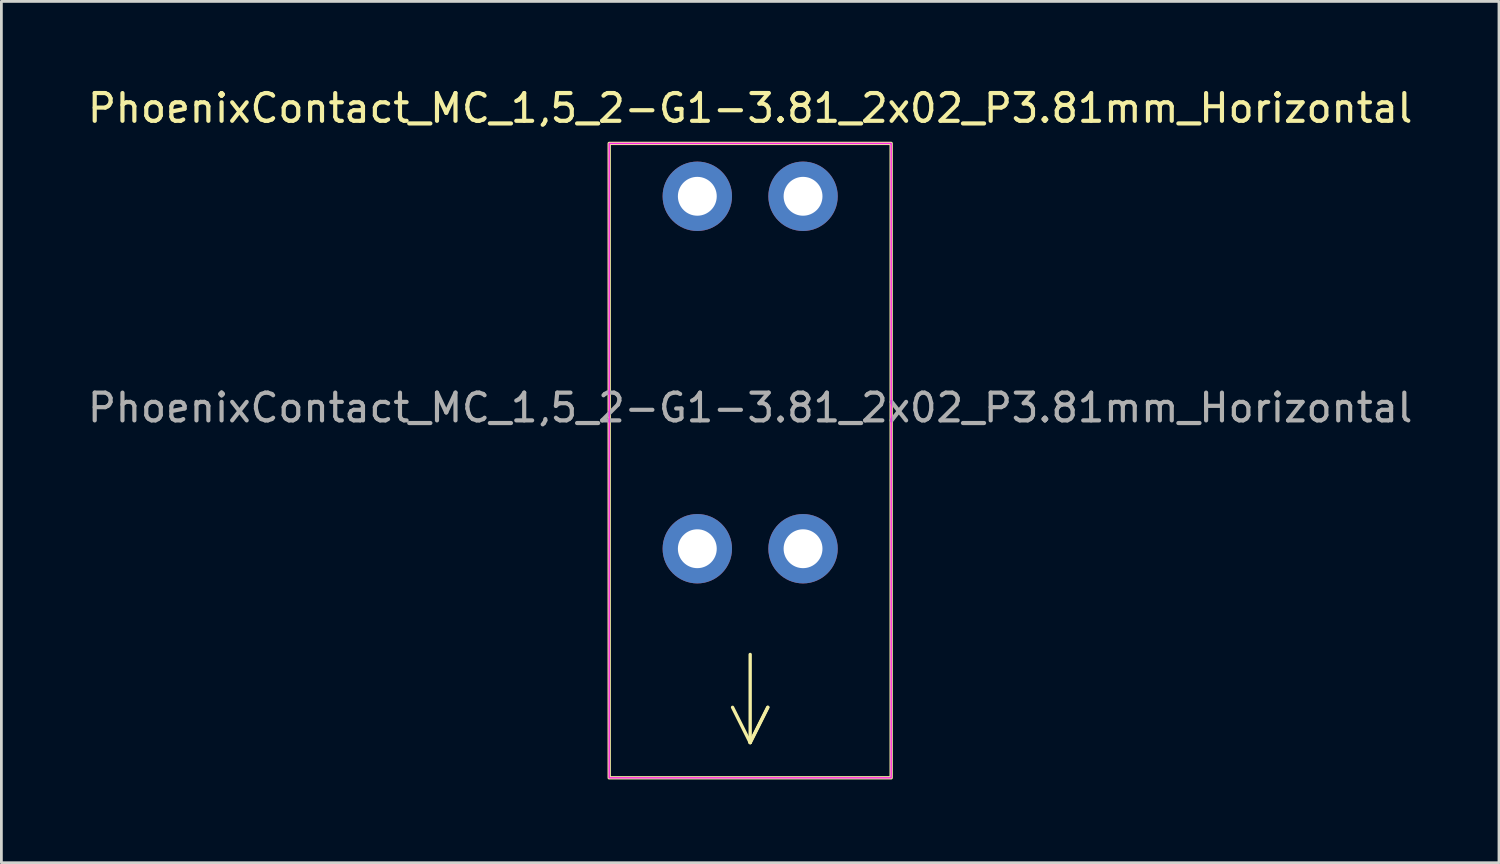
<source format=kicad_pcb>
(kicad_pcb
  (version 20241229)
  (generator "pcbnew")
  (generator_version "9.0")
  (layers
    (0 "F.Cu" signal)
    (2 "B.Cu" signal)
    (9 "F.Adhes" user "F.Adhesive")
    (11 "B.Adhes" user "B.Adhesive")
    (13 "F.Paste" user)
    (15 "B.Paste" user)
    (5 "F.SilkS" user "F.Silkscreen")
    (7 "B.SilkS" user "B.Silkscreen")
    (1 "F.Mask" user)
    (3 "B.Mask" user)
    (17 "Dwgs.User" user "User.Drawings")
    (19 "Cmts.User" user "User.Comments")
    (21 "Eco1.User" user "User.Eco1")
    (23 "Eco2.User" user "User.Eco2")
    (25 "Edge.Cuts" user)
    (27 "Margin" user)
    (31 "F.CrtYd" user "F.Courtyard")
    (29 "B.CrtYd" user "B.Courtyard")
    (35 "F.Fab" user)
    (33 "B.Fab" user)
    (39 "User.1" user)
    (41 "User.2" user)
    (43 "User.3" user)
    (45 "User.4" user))
  (footprint "PhoenixContact_MC_1,5_2-G1-3.81_2x02_P3.81mm_Horizontal"
    (layer "F.Cu")
    (at 23.982 11.643)
    (property "Reference" "PhoenixContact_MC_1,5_2-G1-3.81_2x02_P3.81mm_Horizontal" (at 0 -10.795 0) (unlocked yes) (layer "F.SilkS") (effects (font (size 1 1) (thickness 0.15))))
    (attr through_hole)
    (fp_line (start 0 8.89) (end 0 12.065) (stroke (width 0.12) (type default)) (layer "F.SilkS"))
    (fp_line (start 0 12.065) (end -0.635 10.795) (stroke (width 0.12) (type default)) (layer "F.SilkS"))
    (fp_line (start 0 12.065) (end 0.635 10.795) (stroke (width 0.12) (type default)) (layer "F.SilkS"))
    (fp_line (start 0.635 10.795) (end 0 12.065) (stroke (width 0.12) (type default)) (layer "F.SilkS"))
    (fp_rect (start -5.08 -9.525) (end 5.08 13.335) (stroke (width 0.12) (type default)) (fill no) (layer "F.SilkS"))
    (fp_rect (start -5.08 -9.525) (end 5.08 13.335) (stroke (width 0.05) (type default)) (fill no) (layer "F.CrtYd"))
    (fp_text user "${REFERENCE}" (at 0 0 0) (unlocked yes) (layer "F.Fab") (effects (font (size 1 1) (thickness 0.15))))
    (pad "b1" thru_hole circle (at -1.905 5.08) (size 2.5 2.5) (drill 1.4) (layers "*.Cu" "*.Mask"))
    (pad "b2" thru_hole circle (at 1.905 5.08) (size 2.5 2.5) (drill 1.4) (layers "*.Cu" "*.Mask"))
    (pad "t1" thru_hole circle (at -1.905 -7.62) (size 2.5 2.5) (drill 1.4) (layers "*.Cu" "*.Mask"))
    (pad "t2" thru_hole circle (at 1.905 -7.62) (size 2.5 2.5) (drill 1.4) (layers "*.Cu" "*.Mask")))
  (gr_rect
    (start -3 -3)
    (end 50.964 28.038)
    (stroke (width 0.1) (type default))
    (fill no)
    (layer "Edge.Cuts")))
</source>
